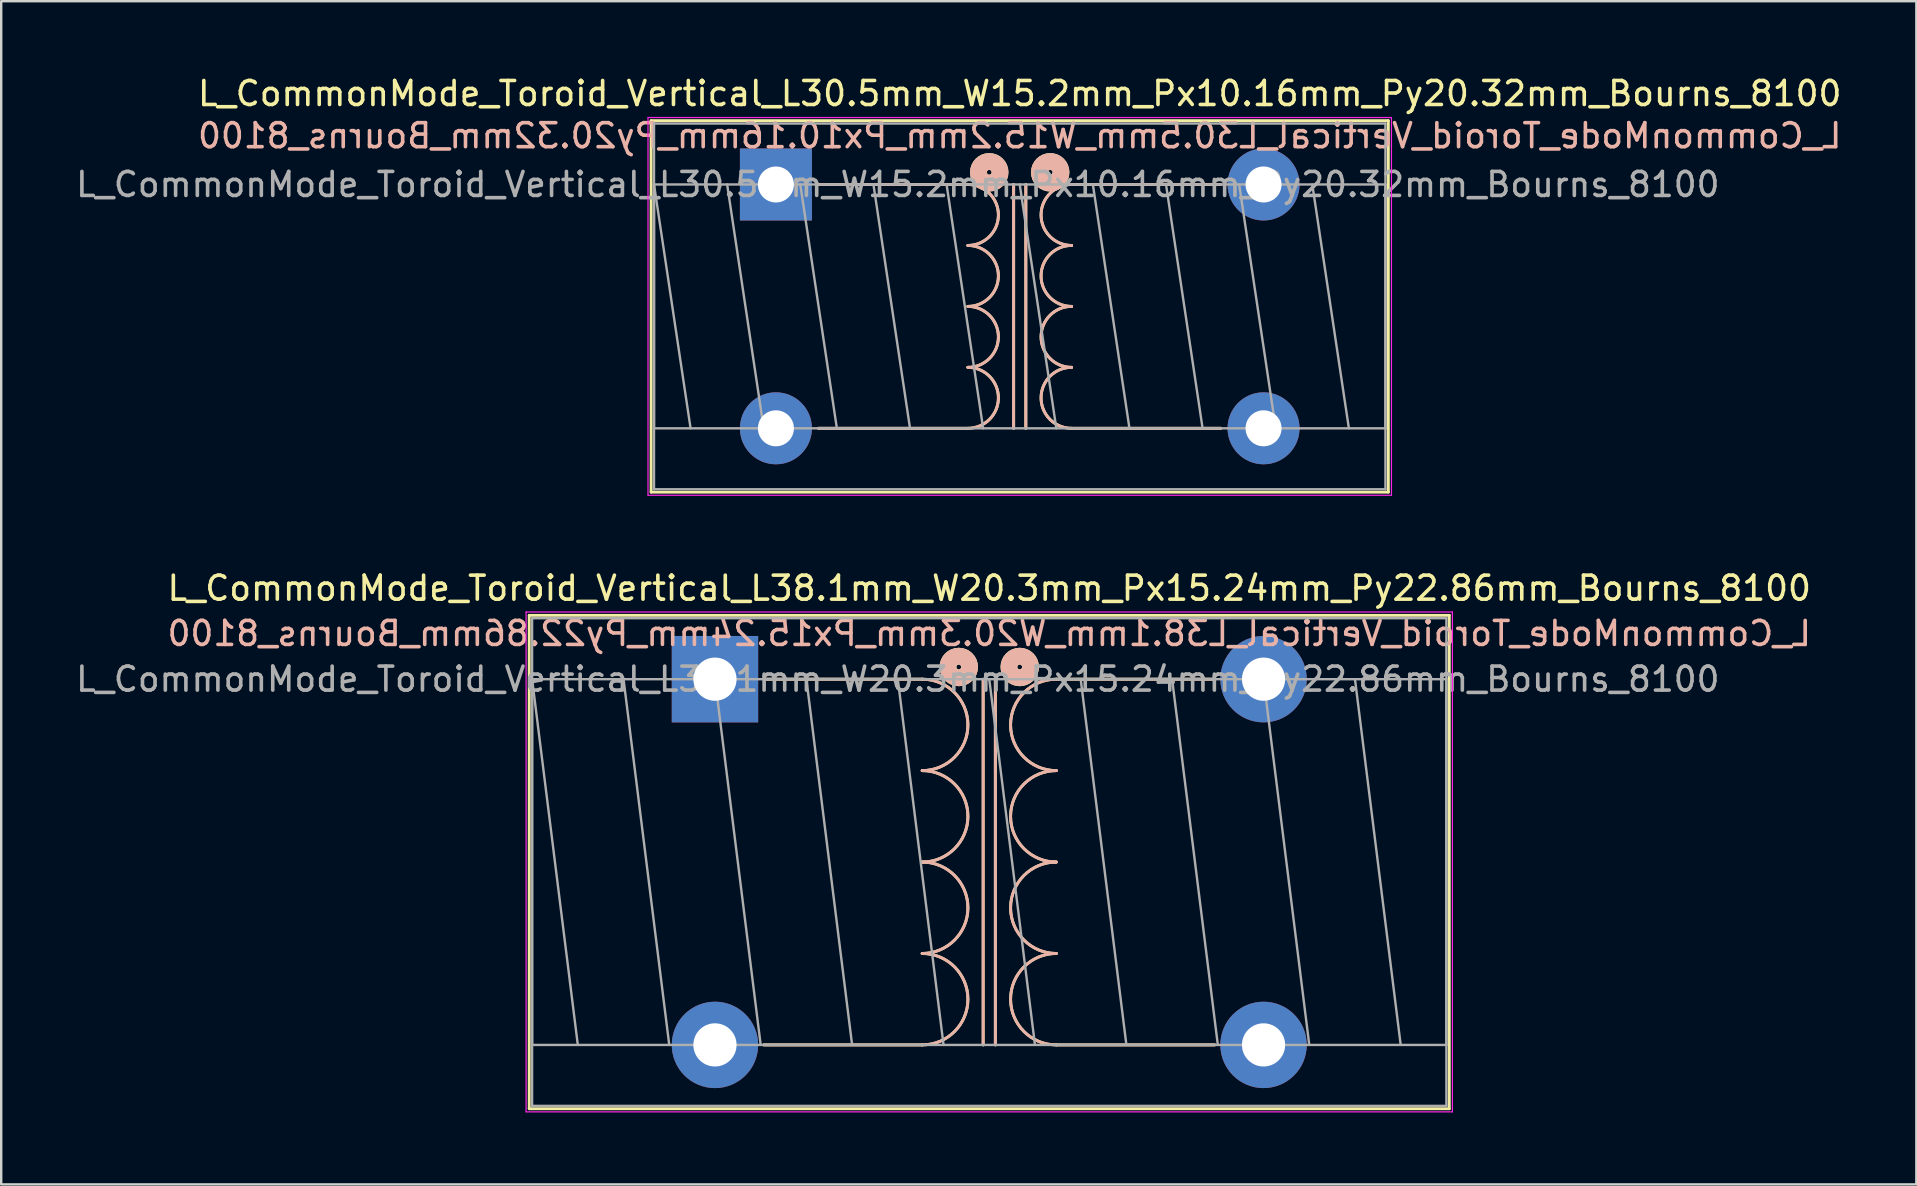
<source format=kicad_pcb>
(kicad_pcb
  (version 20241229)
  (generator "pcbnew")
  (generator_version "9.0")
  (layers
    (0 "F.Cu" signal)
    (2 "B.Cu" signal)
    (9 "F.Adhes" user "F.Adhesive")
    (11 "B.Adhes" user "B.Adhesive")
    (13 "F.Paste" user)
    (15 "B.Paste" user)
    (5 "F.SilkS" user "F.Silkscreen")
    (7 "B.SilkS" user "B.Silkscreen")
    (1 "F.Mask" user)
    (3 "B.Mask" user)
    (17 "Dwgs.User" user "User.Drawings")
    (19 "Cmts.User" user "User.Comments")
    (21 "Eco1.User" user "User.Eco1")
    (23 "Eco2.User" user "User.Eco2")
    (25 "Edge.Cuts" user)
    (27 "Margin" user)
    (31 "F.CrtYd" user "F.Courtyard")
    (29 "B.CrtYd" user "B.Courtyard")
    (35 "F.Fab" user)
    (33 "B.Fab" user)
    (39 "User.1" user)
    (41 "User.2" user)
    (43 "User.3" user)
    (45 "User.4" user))
  (footprint "L_CommonMode_Toroid_Vertical_L38.1mm_W20.3mm_Px15.24mm_Py22.86mm_Bourns_8100"
    (layer "F.Cu")
    (at 26.743 25.252)
    (property "Reference" "L_CommonMode_Toroid_Vertical_L38.1mm_W20.3mm_Px15.24mm_Py22.86mm_Bourns_8100" (at 11.43 -3.79 0) (layer "F.SilkS") (effects (font (size 1 1) (thickness 0.15))))
    (fp_line (start -7.74 -2.66) (end -7.74 17.9) (stroke (width 0.12) (type solid)) (layer "F.SilkS"))
    (fp_line (start -7.74 -2.66) (end 30.6 -2.66) (stroke (width 0.12) (type solid)) (layer "F.SilkS"))
    (fp_line (start -7.74 17.9) (end 30.6 17.9) (stroke (width 0.12) (type solid)) (layer "F.SilkS"))
    (fp_line (start 2.032 0) (end 8.636 0) (stroke (width 0.12) (type solid)) (layer "F.SilkS"))
    (fp_line (start 2.032 15.24) (end 8.636 15.24) (stroke (width 0.12) (type solid)) (layer "F.SilkS"))
    (fp_line (start 11.176 0) (end 11.176 15.24) (stroke (width 0.12) (type solid)) (layer "F.SilkS"))
    (fp_line (start 11.684 15.24) (end 11.684 0) (stroke (width 0.12) (type solid)) (layer "F.SilkS"))
    (fp_line (start 20.828 0) (end 14.224 0) (stroke (width 0.12) (type solid)) (layer "F.SilkS"))
    (fp_line (start 20.828 15.24) (end 14.224 15.24) (stroke (width 0.12) (type solid)) (layer "F.SilkS"))
    (fp_line (start 30.6 -2.66) (end 30.6 17.9) (stroke (width 0.12) (type solid)) (layer "F.SilkS"))
    (fp_arc (start 8.636 0) (mid 10.541 1.905) (end 8.636 3.81) (stroke (width 0.12) (type solid)) (layer "F.SilkS"))
    (fp_arc (start 8.636 3.81) (mid 10.541 5.715) (end 8.636 7.62) (stroke (width 0.12) (type solid)) (layer "F.SilkS"))
    (fp_arc (start 8.636 7.62) (mid 10.541 9.525) (end 8.636 11.43) (stroke (width 0.12) (type solid)) (layer "F.SilkS"))
    (fp_arc (start 8.636 11.43) (mid 10.541 13.335) (end 8.636 15.24) (stroke (width 0.12) (type solid)) (layer "F.SilkS"))
    (fp_arc (start 14.224 3.81) (mid 12.319 1.905) (end 14.224 0) (stroke (width 0.12) (type solid)) (layer "F.SilkS"))
    (fp_arc (start 14.224 7.62) (mid 12.319 5.715) (end 14.224 3.81) (stroke (width 0.12) (type solid)) (layer "F.SilkS"))
    (fp_arc (start 14.224 11.43) (mid 12.319 9.525) (end 14.224 7.62) (stroke (width 0.12) (type solid)) (layer "F.SilkS"))
    (fp_arc (start 14.224 15.24) (mid 12.319 13.335) (end 14.224 11.43) (stroke (width 0.12) (type solid)) (layer "F.SilkS"))
    (fp_circle (center 10.16 -0.508) (end 10.26 -0.508) (stroke (width 0.7) (type solid)) (fill no) (layer "F.SilkS"))
    (fp_circle (center 12.7 -0.508) (end 12.8 -0.508) (stroke (width 0.7) (type solid)) (fill no) (layer "F.SilkS"))
    (fp_line (start 2.032 0) (end 8.636 0) (stroke (width 0.12) (type solid)) (layer "B.SilkS"))
    (fp_line (start 2.032 15.24) (end 8.636 15.24) (stroke (width 0.12) (type solid)) (layer "B.SilkS"))
    (fp_line (start 11.176 15.24) (end 11.176 0) (stroke (width 0.12) (type solid)) (layer "B.SilkS"))
    (fp_line (start 11.684 0) (end 11.684 15.24) (stroke (width 0.12) (type solid)) (layer "B.SilkS"))
    (fp_line (start 20.828 0) (end 14.224 0) (stroke (width 0.12) (type solid)) (layer "B.SilkS"))
    (fp_line (start 20.828 15.24) (end 14.224 15.24) (stroke (width 0.12) (type solid)) (layer "B.SilkS"))
    (fp_arc (start 8.636 0) (mid 10.541 1.905) (end 8.636 3.81) (stroke (width 0.12) (type solid)) (layer "B.SilkS"))
    (fp_arc (start 8.636 3.81) (mid 10.541 5.715) (end 8.636 7.62) (stroke (width 0.12) (type solid)) (layer "B.SilkS"))
    (fp_arc (start 8.636 7.62) (mid 10.541 9.525) (end 8.636 11.43) (stroke (width 0.12) (type solid)) (layer "B.SilkS"))
    (fp_arc (start 8.636 11.43) (mid 10.541 13.335) (end 8.636 15.24) (stroke (width 0.12) (type solid)) (layer "B.SilkS"))
    (fp_arc (start 14.224 3.81) (mid 12.319 1.905) (end 14.224 0) (stroke (width 0.12) (type solid)) (layer "B.SilkS"))
    (fp_arc (start 14.224 7.62) (mid 12.319 5.715) (end 14.224 3.81) (stroke (width 0.12) (type solid)) (layer "B.SilkS"))
    (fp_arc (start 14.224 11.43) (mid 12.319 9.525) (end 14.224 7.62) (stroke (width 0.12) (type solid)) (layer "B.SilkS"))
    (fp_arc (start 14.224 15.24) (mid 12.319 13.335) (end 14.224 11.43) (stroke (width 0.12) (type solid)) (layer "B.SilkS"))
    (fp_circle (center 10.16 -0.508) (end 10.06 -0.508) (stroke (width 0.7) (type solid)) (fill no) (layer "B.SilkS"))
    (fp_circle (center 12.7 -0.508) (end 12.6 -0.508) (stroke (width 0.7) (type solid)) (fill no) (layer "B.SilkS"))
    (fp_line (start -7.87 -2.8) (end -7.87 18.03) (stroke (width 0.05) (type solid)) (layer "F.CrtYd"))
    (fp_line (start -7.87 18.03) (end 30.73 18.03) (stroke (width 0.05) (type solid)) (layer "F.CrtYd"))
    (fp_line (start 30.73 -2.8) (end -7.87 -2.8) (stroke (width 0.05) (type solid)) (layer "F.CrtYd"))
    (fp_line (start 30.73 18.03) (end 30.73 -2.8) (stroke (width 0.05) (type solid)) (layer "F.CrtYd"))
    (fp_line (start -7.62 -2.54) (end -7.62 17.78) (stroke (width 0.1) (type solid)) (layer "F.Fab"))
    (fp_line (start -7.62 0) (end -7.62 15.24) (stroke (width 0.1) (type solid)) (layer "F.Fab"))
    (fp_line (start -7.62 0) (end -5.715 15.24) (stroke (width 0.1) (type solid)) (layer "F.Fab"))
    (fp_line (start -7.62 15.24) (end 30.48 15.24) (stroke (width 0.1) (type solid)) (layer "F.Fab"))
    (fp_line (start -7.62 17.78) (end 30.48 17.78) (stroke (width 0.1) (type solid)) (layer "F.Fab"))
    (fp_line (start -3.81 0) (end -1.905 15.24) (stroke (width 0.1) (type solid)) (layer "F.Fab"))
    (fp_line (start 0 0) (end 1.905 15.24) (stroke (width 0.1) (type solid)) (layer "F.Fab"))
    (fp_line (start 3.81 0) (end 5.715 15.24) (stroke (width 0.1) (type solid)) (layer "F.Fab"))
    (fp_line (start 7.62 0) (end 9.525 15.24) (stroke (width 0.1) (type solid)) (layer "F.Fab"))
    (fp_line (start 11.43 0) (end 13.335 15.24) (stroke (width 0.1) (type solid)) (layer "F.Fab"))
    (fp_line (start 15.24 0) (end 17.145 15.24) (stroke (width 0.1) (type solid)) (layer "F.Fab"))
    (fp_line (start 19.05 0) (end 20.955 15.24) (stroke (width 0.1) (type solid)) (layer "F.Fab"))
    (fp_line (start 22.86 0) (end 24.765 15.24) (stroke (width 0.1) (type solid)) (layer "F.Fab"))
    (fp_line (start 26.67 0) (end 28.575 15.24) (stroke (width 0.1) (type solid)) (layer "F.Fab"))
    (fp_line (start 30.48 -2.54) (end -7.62 -2.54) (stroke (width 0.1) (type solid)) (layer "F.Fab"))
    (fp_line (start 30.48 0) (end -7.62 0) (stroke (width 0.1) (type solid)) (layer "F.Fab"))
    (fp_line (start 30.48 15.24) (end 30.48 0) (stroke (width 0.1) (type solid)) (layer "F.Fab"))
    (fp_line (start 30.48 17.78) (end 30.48 -2.54) (stroke (width 0.1) (type solid)) (layer "F.Fab"))
    (fp_text user "${REFERENCE}" (at 11.43 -1.905 0) (layer "B.SilkS") (effects (font (size 1 1) (thickness 0.15)) (justify mirror)))
    (fp_text user "${REFERENCE}" (at 7.62 0 0) (layer "F.Fab") (effects (font (size 1 1) (thickness 0.15))))
    (pad "1" thru_hole rect (at 0 0) (size 3.6 3.6) (drill 1.8) (layers "*.Cu" "*.Mask"))
    (pad "2" thru_hole circle (at 0 15.24) (size 3.6 3.6) (drill 1.8) (layers "*.Cu" "*.Mask"))
    (pad "3" thru_hole circle (at 22.86 15.24) (size 3.6 3.6) (drill 1.8) (layers "*.Cu" "*.Mask"))
    (pad "4" thru_hole circle (at 22.86 0) (size 3.6 3.6) (drill 1.8) (layers "*.Cu" "*.Mask")))
  (footprint "L_CommonMode_Toroid_Vertical_L30.5mm_W15.2mm_Px10.16mm_Py20.32mm_Bourns_8100"
    (layer "F.Cu")
    (at 29.283 4.638)
    (property "Reference" "L_CommonMode_Toroid_Vertical_L30.5mm_W15.2mm_Px10.16mm_Py20.32mm_Bourns_8100" (at 10.16 -3.79 0) (layer "F.SilkS") (effects (font (size 1 1) (thickness 0.15))))
    (fp_line (start -5.2 -2.66) (end -5.2 12.82) (stroke (width 0.12) (type solid)) (layer "F.SilkS"))
    (fp_line (start -5.2 -2.66) (end 25.52 -2.66) (stroke (width 0.12) (type solid)) (layer "F.SilkS"))
    (fp_line (start -5.2 12.82) (end 25.52 12.82) (stroke (width 0.12) (type solid)) (layer "F.SilkS"))
    (fp_line (start 1.778 0) (end 8.001 0) (stroke (width 0.12) (type solid)) (layer "F.SilkS"))
    (fp_line (start 1.778 10.16) (end 8.001 10.16) (stroke (width 0.12) (type solid)) (layer "F.SilkS"))
    (fp_line (start 9.906 10.16) (end 9.906 0) (stroke (width 0.12) (type solid)) (layer "F.SilkS"))
    (fp_line (start 10.414 0) (end 10.414 10.16) (stroke (width 0.12) (type solid)) (layer "F.SilkS"))
    (fp_line (start 12.319 0) (end 18.542 0) (stroke (width 0.12) (type solid)) (layer "F.SilkS"))
    (fp_line (start 12.319 10.16) (end 18.542 10.16) (stroke (width 0.12) (type solid)) (layer "F.SilkS"))
    (fp_line (start 25.52 -2.66) (end 25.52 12.82) (stroke (width 0.12) (type solid)) (layer "F.SilkS"))
    (fp_arc (start 8.001 0) (mid 9.271 1.27) (end 8.001 2.54) (stroke (width 0.12) (type solid)) (layer "F.SilkS"))
    (fp_arc (start 8.001 2.54) (mid 9.271 3.81) (end 8.001 5.08) (stroke (width 0.12) (type solid)) (layer "F.SilkS"))
    (fp_arc (start 8.001 5.08) (mid 9.271 6.35) (end 8.001 7.62) (stroke (width 0.12) (type solid)) (layer "F.SilkS"))
    (fp_arc (start 8.001 7.62) (mid 9.271 8.89) (end 8.001 10.16) (stroke (width 0.12) (type solid)) (layer "F.SilkS"))
    (fp_arc (start 12.319 2.54) (mid 11.049 1.27) (end 12.319 0) (stroke (width 0.12) (type solid)) (layer "F.SilkS"))
    (fp_arc (start 12.319 5.08) (mid 11.049 3.81) (end 12.319 2.54) (stroke (width 0.12) (type solid)) (layer "F.SilkS"))
    (fp_arc (start 12.319 7.62) (mid 11.049 6.35) (end 12.319 5.08) (stroke (width 0.12) (type solid)) (layer "F.SilkS"))
    (fp_arc (start 12.319 10.16) (mid 11.049 8.89) (end 12.319 7.62) (stroke (width 0.12) (type solid)) (layer "F.SilkS"))
    (fp_circle (center 8.89 -0.508) (end 8.99 -0.508) (stroke (width 0.7) (type solid)) (fill no) (layer "F.SilkS"))
    (fp_circle (center 11.43 -0.508) (end 11.53 -0.508) (stroke (width 0.7) (type solid)) (fill no) (layer "F.SilkS"))
    (fp_line (start 8.001 0) (end 1.778 0) (stroke (width 0.12) (type solid)) (layer "B.SilkS"))
    (fp_line (start 8.001 10.16) (end 1.778 10.16) (stroke (width 0.12) (type solid)) (layer "B.SilkS"))
    (fp_line (start 9.906 0) (end 9.906 10.16) (stroke (width 0.12) (type solid)) (layer "B.SilkS"))
    (fp_line (start 10.414 10.16) (end 10.414 0) (stroke (width 0.12) (type solid)) (layer "B.SilkS"))
    (fp_line (start 18.542 0) (end 12.319 0) (stroke (width 0.12) (type solid)) (layer "B.SilkS"))
    (fp_line (start 18.542 10.16) (end 12.319 10.16) (stroke (width 0.12) (type solid)) (layer "B.SilkS"))
    (fp_arc (start 8.001 0) (mid 9.271 1.27) (end 8.001 2.54) (stroke (width 0.12) (type solid)) (layer "B.SilkS"))
    (fp_arc (start 8.001 2.54) (mid 9.271 3.81) (end 8.001 5.08) (stroke (width 0.12) (type solid)) (layer "B.SilkS"))
    (fp_arc (start 8.001 5.08) (mid 9.271 6.35) (end 8.001 7.62) (stroke (width 0.12) (type solid)) (layer "B.SilkS"))
    (fp_arc (start 8.001 7.62) (mid 9.271 8.89) (end 8.001 10.16) (stroke (width 0.12) (type solid)) (layer "B.SilkS"))
    (fp_arc (start 12.319 2.54) (mid 11.049 1.27) (end 12.319 0) (stroke (width 0.12) (type solid)) (layer "B.SilkS"))
    (fp_arc (start 12.319 5.08) (mid 11.049 3.81) (end 12.319 2.54) (stroke (width 0.12) (type solid)) (layer "B.SilkS"))
    (fp_arc (start 12.319 7.62) (mid 11.049 6.35) (end 12.319 5.08) (stroke (width 0.12) (type solid)) (layer "B.SilkS"))
    (fp_arc (start 12.319 10.16) (mid 11.049 8.89) (end 12.319 7.62) (stroke (width 0.12) (type solid)) (layer "B.SilkS"))
    (fp_circle (center 8.89 -0.508) (end 8.79 -0.508) (stroke (width 0.7) (type solid)) (fill no) (layer "B.SilkS"))
    (fp_circle (center 11.43 -0.508) (end 11.33 -0.508) (stroke (width 0.7) (type solid)) (fill no) (layer "B.SilkS"))
    (fp_line (start -5.33 -2.79) (end -5.33 12.95) (stroke (width 0.05) (type solid)) (layer "F.CrtYd"))
    (fp_line (start -5.33 12.95) (end 25.65 12.95) (stroke (width 0.05) (type solid)) (layer "F.CrtYd"))
    (fp_line (start 25.65 -2.79) (end -5.33 -2.79) (stroke (width 0.05) (type solid)) (layer "F.CrtYd"))
    (fp_line (start 25.65 12.95) (end 25.65 -2.79) (stroke (width 0.05) (type solid)) (layer "F.CrtYd"))
    (fp_line (start -5.08 -2.54) (end -5.08 12.7) (stroke (width 0.1) (type solid)) (layer "F.Fab"))
    (fp_line (start -5.08 0) (end -5.08 10.16) (stroke (width 0.1) (type solid)) (layer "F.Fab"))
    (fp_line (start -5.08 0) (end -3.556 10.16) (stroke (width 0.1) (type solid)) (layer "F.Fab"))
    (fp_line (start -5.08 10.16) (end 25.4 10.16) (stroke (width 0.1) (type solid)) (layer "F.Fab"))
    (fp_line (start -5.08 12.7) (end 25.4 12.7) (stroke (width 0.1) (type solid)) (layer "F.Fab"))
    (fp_line (start -2.032 0) (end -0.508 10.16) (stroke (width 0.1) (type solid)) (layer "F.Fab"))
    (fp_line (start 1.016 0) (end 2.54 10.16) (stroke (width 0.1) (type solid)) (layer "F.Fab"))
    (fp_line (start 4.064 0) (end 5.588 10.16) (stroke (width 0.1) (type solid)) (layer "F.Fab"))
    (fp_line (start 7.112 0) (end 8.636 10.16) (stroke (width 0.1) (type solid)) (layer "F.Fab"))
    (fp_line (start 10.16 0) (end 11.684 10.16) (stroke (width 0.1) (type solid)) (layer "F.Fab"))
    (fp_line (start 13.208 0) (end 14.732 10.16) (stroke (width 0.1) (type solid)) (layer "F.Fab"))
    (fp_line (start 16.256 0) (end 17.78 10.16) (stroke (width 0.1) (type solid)) (layer "F.Fab"))
    (fp_line (start 19.304 0) (end 20.828 10.16) (stroke (width 0.1) (type solid)) (layer "F.Fab"))
    (fp_line (start 22.352 0) (end 23.876 10.16) (stroke (width 0.1) (type solid)) (layer "F.Fab"))
    (fp_line (start 25.4 -2.54) (end -5.08 -2.54) (stroke (width 0.1) (type solid)) (layer "F.Fab"))
    (fp_line (start 25.4 0) (end -5.08 0) (stroke (width 0.1) (type solid)) (layer "F.Fab"))
    (fp_line (start 25.4 10.16) (end 25.4 0) (stroke (width 0.1) (type solid)) (layer "F.Fab"))
    (fp_line (start 25.4 12.7) (end 25.4 -2.54) (stroke (width 0.1) (type solid)) (layer "F.Fab"))
    (fp_text user "${REFERENCE}" (at 10.16 -2.032 0) (layer "B.SilkS") (effects (font (size 1 1) (thickness 0.15)) (justify mirror)))
    (fp_text user "${REFERENCE}" (at 5.08 0 0) (layer "F.Fab") (effects (font (size 1 1) (thickness 0.15))))
    (pad "1" thru_hole rect (at 0 0) (size 3 3) (drill 1.5) (layers "*.Cu" "*.Mask"))
    (pad "2" thru_hole circle (at 0 10.16) (size 3 3) (drill 1.5) (layers "*.Cu" "*.Mask"))
    (pad "3" thru_hole circle (at 20.32 10.16) (size 3 3) (drill 1.5) (layers "*.Cu" "*.Mask"))
    (pad "4" thru_hole circle (at 20.32 0) (size 3 3) (drill 1.5) (layers "*.Cu" "*.Mask")))
  (gr_rect
    (start -3 -3)
    (end 76.806 46.306)
    (stroke (width 0.1) (type default))
    (fill no)
    (layer "Edge.Cuts")))
</source>
